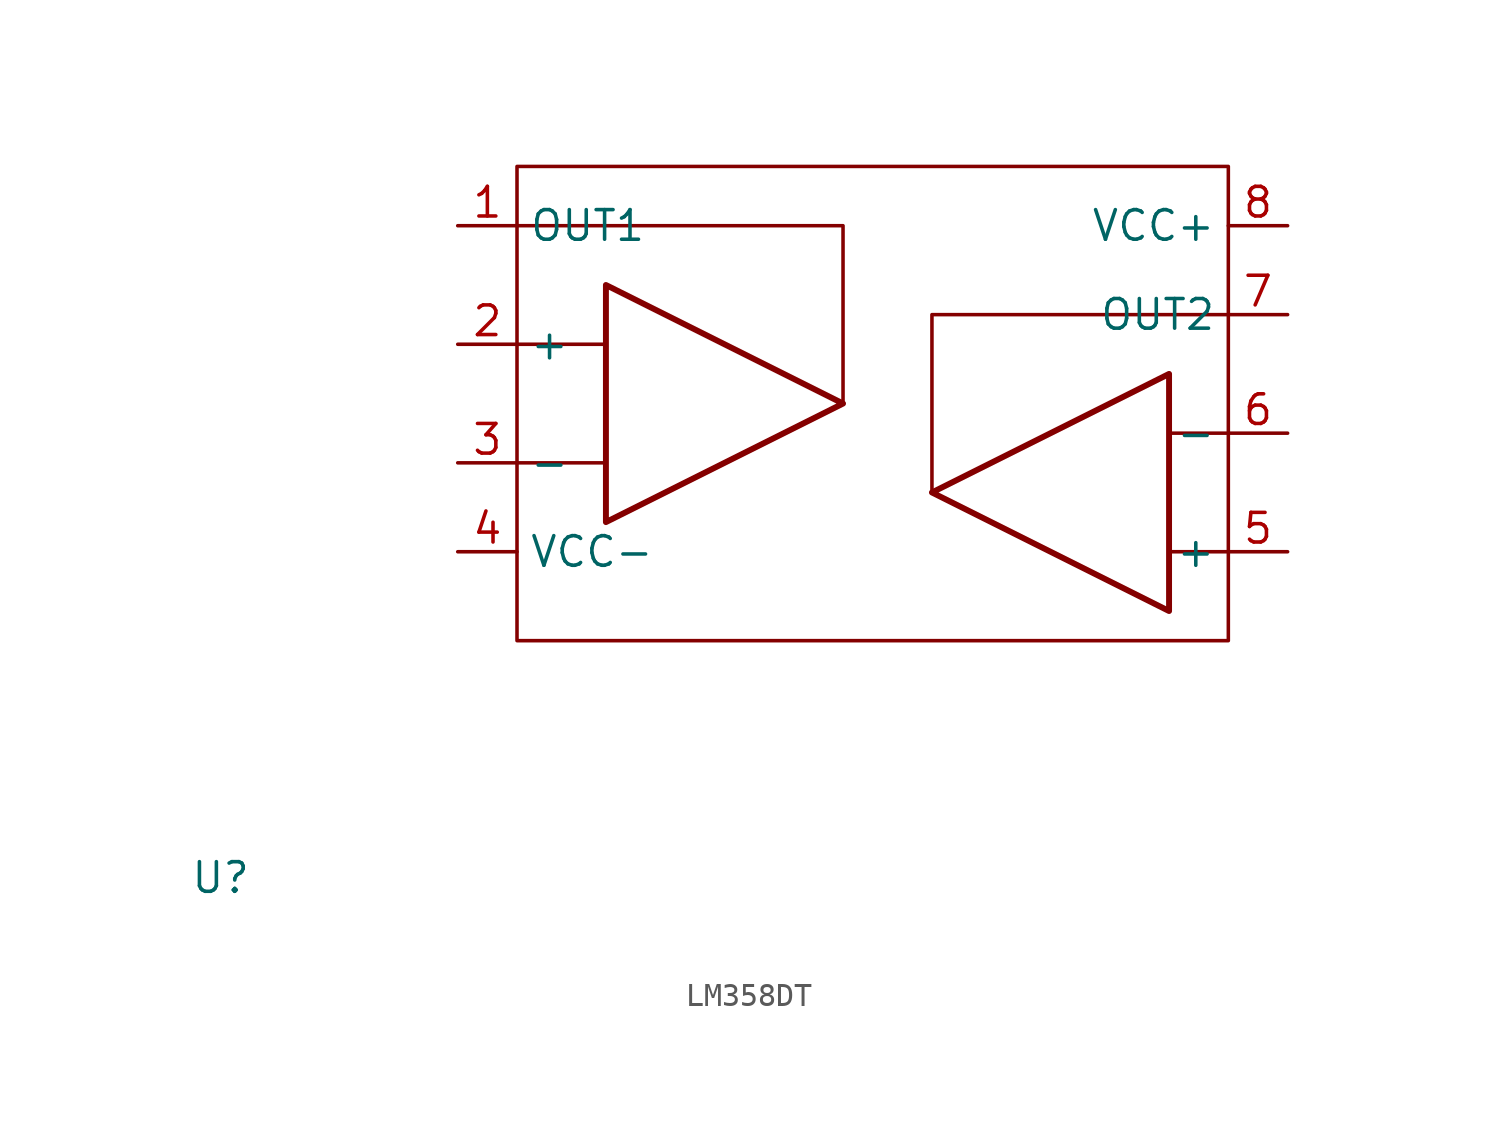
<source format=kicad_sym>
(kicad_symbol_lib
  (version 20241209)
  (generator "kicad_symbol_editor")
  (generator_version "9.0")
  (symbol "LM358DT"
    (property "Reference" "U"
      (at 0 0 0)
      (effects (font (size 1.27 1.27))))
    (symbol "LM358DT_0_1"
      (rectangle (start 12.7 30.48) (end 43.18 10.16) (stroke (width 0) (type default)) (fill (type none)))
      (polyline (pts (xy 12.7 27.94) (xy 26.67 27.94) (xy 26.67 20.32)) (stroke (width 0) (type default)) (fill (type none)))
      (polyline (pts (xy 12.7 22.86) (xy 16.51 22.86)) (stroke (width 0) (type default)) (fill (type none)))
      (polyline (pts (xy 12.7 17.78) (xy 16.51 17.78)) (stroke (width 0) (type default)) (fill (type none)))
      (polyline (pts (xy 30.48 16.51) (xy 30.48 24.13) (xy 43.18 24.13)) (stroke (width 0) (type default)) (fill (type none)))
      (polyline (pts (xy 40.64 19.05) (xy 43.18 19.05)) (stroke (width 0) (type default)) (fill (type none)))
      (polyline (pts (xy 40.64 13.97) (xy 43.18 13.97)) (stroke (width 0) (type default)) (fill (type none))))
    (symbol "LM358DT_1_1"
      (polyline (pts (xy 16.51 25.4) (xy 26.67 20.32) (xy 16.51 15.24) (xy 16.51 25.4)) (stroke (width 0.254) (type solid)) (fill (type none)))
      (polyline (pts (xy 40.64 11.43) (xy 30.48 16.51) (xy 40.64 21.59) (xy 40.64 11.43)) (stroke (width 0.254) (type solid)) (fill (type none)))
      (pin output line (at 10.16 27.94 0) (length 2.54) (name "OUT1" (effects (font (size 1.27 1.27)))) (number "1" (effects (font (size 1.27 1.27)))))
      (pin input line (at 10.16 22.86 0) (length 2.54) (name "+" (effects (font (size 1.27 1.27)))) (number "2" (effects (font (size 1.27 1.27)))))
      (pin input line (at 10.16 17.78 0) (length 2.54) (name "-" (effects (font (size 1.27 1.27)))) (number "3" (effects (font (size 1.27 1.27)))))
      (pin power_in line (at 10.16 13.97 0) (length 2.54) (name "VCC-" (effects (font (size 1.27 1.27)))) (number "4" (effects (font (size 1.27 1.27)))))
      (pin power_in line (at 45.72 27.94 180) (length 2.54) (name "VCC+" (effects (font (size 1.27 1.27)))) (number "8" (effects (font (size 1.27 1.27)))))
      (pin output line (at 45.72 24.13 180) (length 2.54) (name "OUT2" (effects (font (size 1.27 1.27)))) (number "7" (effects (font (size 1.27 1.27)))))
      (pin input line (at 45.72 19.05 180) (length 2.54) (name "-" (effects (font (size 1.27 1.27)))) (number "6" (effects (font (size 1.27 1.27)))))
      (pin input line (at 45.72 13.97 180) (length 2.54) (name "+" (effects (font (size 1.27 1.27)))) (number "5" (effects (font (size 1.27 1.27))))))))
</source>
